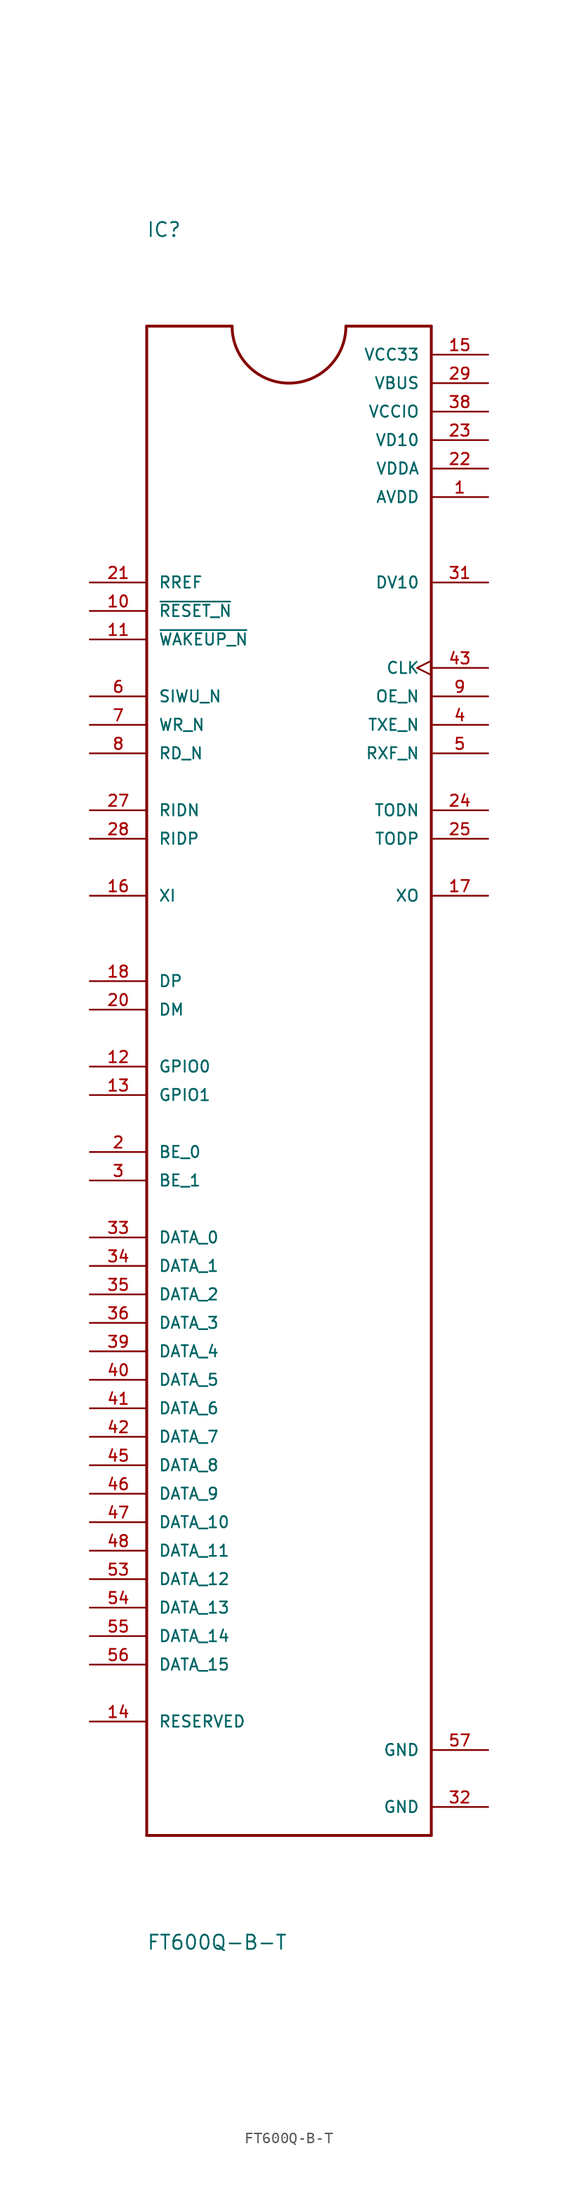
<source format=kicad_sym>
(kicad_symbol_lib
  (version 20231120)
  (generator "kicad_symbol_editor")
  (generator_version "8.0")
  (symbol "FT600Q-B-T"
    (pin_names
      (offset 1.016))
    (property "Reference" "IC"
      (at -12.74 76.441 0)
      (effects (font (size 1.27 1.27)) (justify left bottom)))
    (property "Value" "FT600Q-B-T"
      (at -12.72 -76.321 0)
      (effects (font (size 1.27 1.27)) (justify left bottom)))
    (symbol "FT600Q-B-T_0_0"
      (arc (start -5.08 68.58) (mid 0 63.5221) (end 5.08 68.58) (stroke (width 0.254) (type default)) (fill (type none)))
      (polyline (pts (xy -12.7 -66.04) (xy 12.7 -66.04)) (stroke (width 0.254) (type default)) (fill (type none)))
      (polyline (pts (xy -12.7 68.58) (xy -12.7 -66.04)) (stroke (width 0.254) (type default)) (fill (type none)))
      (polyline (pts (xy -5.08 68.58) (xy -12.7 68.58)) (stroke (width 0.254) (type default)) (fill (type none)))
      (polyline (pts (xy 12.7 -66.04) (xy 12.7 68.58)) (stroke (width 0.254) (type default)) (fill (type none)))
      (polyline (pts (xy 12.7 68.58) (xy 5.08 68.58)) (stroke (width 0.254) (type default)) (fill (type none)))
      (pin power_in line (at 17.78 53.34 180) (length 5.08) (name "AVDD" (effects (font (size 1.016 1.016)))) (number "1" (effects (font (size 1.016 1.016)))))
      (pin input line (at -17.78 43.18 0) (length 5.08) (name "~{RESET_N}" (effects (font (size 1.016 1.016)))) (number "10" (effects (font (size 1.016 1.016)))))
      (pin input line (at -17.78 40.64 0) (length 5.08) (name "~{WAKEUP_N}" (effects (font (size 1.016 1.016)))) (number "11" (effects (font (size 1.016 1.016)))))
      (pin bidirectional line (at -17.78 2.54 0) (length 5.08) (name "GPIO0" (effects (font (size 1.016 1.016)))) (number "12" (effects (font (size 1.016 1.016)))))
      (pin bidirectional line (at -17.78 0 0) (length 5.08) (name "GPIO1" (effects (font (size 1.016 1.016)))) (number "13" (effects (font (size 1.016 1.016)))))
      (pin bidirectional line (at -17.78 -55.88 0) (length 5.08) (name "RESERVED" (effects (font (size 1.016 1.016)))) (number "14" (effects (font (size 1.016 1.016)))))
      (pin power_in line (at 17.78 66.04 180) (length 5.08) (name "VCC33" (effects (font (size 1.016 1.016)))) (number "15" (effects (font (size 1.016 1.016)))))
      (pin input line (at -17.78 17.78 0) (length 5.08) (name "XI" (effects (font (size 1.016 1.016)))) (number "16" (effects (font (size 1.016 1.016)))))
      (pin output line (at 17.78 17.78 180) (length 5.08) (name "XO" (effects (font (size 1.016 1.016)))) (number "17" (effects (font (size 1.016 1.016)))))
      (pin bidirectional line (at -17.78 10.16 0) (length 5.08) (name "DP" (effects (font (size 1.016 1.016)))) (number "18" (effects (font (size 1.016 1.016)))))
      (pin bidirectional line (at -17.78 -5.08 0) (length 5.08) (name "BE_0" (effects (font (size 1.016 1.016)))) (number "2" (effects (font (size 1.016 1.016)))))
      (pin bidirectional line (at -17.78 7.62 0) (length 5.08) (name "DM" (effects (font (size 1.016 1.016)))) (number "20" (effects (font (size 1.016 1.016)))))
      (pin input line (at -17.78 45.72 0) (length 5.08) (name "RREF" (effects (font (size 1.016 1.016)))) (number "21" (effects (font (size 1.016 1.016)))))
      (pin power_in line (at 17.78 55.88 180) (length 5.08) (name "VDDA" (effects (font (size 1.016 1.016)))) (number "22" (effects (font (size 1.016 1.016)))))
      (pin power_in line (at 17.78 58.42 180) (length 5.08) (name "VD10" (effects (font (size 1.016 1.016)))) (number "23" (effects (font (size 1.016 1.016)))))
      (pin output line (at 17.78 25.4 180) (length 5.08) (name "TODN" (effects (font (size 1.016 1.016)))) (number "24" (effects (font (size 1.016 1.016)))))
      (pin output line (at 17.78 22.86 180) (length 5.08) (name "TODP" (effects (font (size 1.016 1.016)))) (number "25" (effects (font (size 1.016 1.016)))))
      (pin input line (at -17.78 25.4 0) (length 5.08) (name "RIDN" (effects (font (size 1.016 1.016)))) (number "27" (effects (font (size 1.016 1.016)))))
      (pin input line (at -17.78 22.86 0) (length 5.08) (name "RIDP" (effects (font (size 1.016 1.016)))) (number "28" (effects (font (size 1.016 1.016)))))
      (pin power_in line (at 17.78 63.5 180) (length 5.08) (name "VBUS" (effects (font (size 1.016 1.016)))) (number "29" (effects (font (size 1.016 1.016)))))
      (pin bidirectional line (at -17.78 -7.62 0) (length 5.08) (name "BE_1" (effects (font (size 1.016 1.016)))) (number "3" (effects (font (size 1.016 1.016)))))
      (pin output line (at 17.78 45.72 180) (length 5.08) (name "DV10" (effects (font (size 1.016 1.016)))) (number "31" (effects (font (size 1.016 1.016)))))
      (pin passive line (at 17.78 -63.5 180) (length 5.08) (name "GND" (effects (font (size 1.016 1.016)))) (number "32" (effects (font (size 1.016 1.016)))))
      (pin bidirectional line (at -17.78 -12.7 0) (length 5.08) (name "DATA_0" (effects (font (size 1.016 1.016)))) (number "33" (effects (font (size 1.016 1.016)))))
      (pin bidirectional line (at -17.78 -15.24 0) (length 5.08) (name "DATA_1" (effects (font (size 1.016 1.016)))) (number "34" (effects (font (size 1.016 1.016)))))
      (pin bidirectional line (at -17.78 -17.78 0) (length 5.08) (name "DATA_2" (effects (font (size 1.016 1.016)))) (number "35" (effects (font (size 1.016 1.016)))))
      (pin bidirectional line (at -17.78 -20.32 0) (length 5.08) (name "DATA_3" (effects (font (size 1.016 1.016)))) (number "36" (effects (font (size 1.016 1.016)))))
      (pin power_in line (at 17.78 60.96 180) (length 5.08) (name "VCCIO" (effects (font (size 1.016 1.016)))) (number "38" (effects (font (size 1.016 1.016)))))
      (pin bidirectional line (at -17.78 -22.86 0) (length 5.08) (name "DATA_4" (effects (font (size 1.016 1.016)))) (number "39" (effects (font (size 1.016 1.016)))))
      (pin output line (at 17.78 33.02 180) (length 5.08) (name "TXE_N" (effects (font (size 1.016 1.016)))) (number "4" (effects (font (size 1.016 1.016)))))
      (pin bidirectional line (at -17.78 -25.4 0) (length 5.08) (name "DATA_5" (effects (font (size 1.016 1.016)))) (number "40" (effects (font (size 1.016 1.016)))))
      (pin bidirectional line (at -17.78 -27.94 0) (length 5.08) (name "DATA_6" (effects (font (size 1.016 1.016)))) (number "41" (effects (font (size 1.016 1.016)))))
      (pin bidirectional line (at -17.78 -30.48 0) (length 5.08) (name "DATA_7" (effects (font (size 1.016 1.016)))) (number "42" (effects (font (size 1.016 1.016)))))
      (pin output clock (at 17.78 38.1 180) (length 5.08) (name "CLK" (effects (font (size 1.016 1.016)))) (number "43" (effects (font (size 1.016 1.016)))))
      (pin bidirectional line (at -17.78 -33.02 0) (length 5.08) (name "DATA_8" (effects (font (size 1.016 1.016)))) (number "45" (effects (font (size 1.016 1.016)))))
      (pin bidirectional line (at -17.78 -35.56 0) (length 5.08) (name "DATA_9" (effects (font (size 1.016 1.016)))) (number "46" (effects (font (size 1.016 1.016)))))
      (pin bidirectional line (at -17.78 -38.1 0) (length 5.08) (name "DATA_10" (effects (font (size 1.016 1.016)))) (number "47" (effects (font (size 1.016 1.016)))))
      (pin bidirectional line (at -17.78 -40.64 0) (length 5.08) (name "DATA_11" (effects (font (size 1.016 1.016)))) (number "48" (effects (font (size 1.016 1.016)))))
      (pin output line (at 17.78 30.48 180) (length 5.08) (name "RXF_N" (effects (font (size 1.016 1.016)))) (number "5" (effects (font (size 1.016 1.016)))))
      (pin bidirectional line (at -17.78 -43.18 0) (length 5.08) (name "DATA_12" (effects (font (size 1.016 1.016)))) (number "53" (effects (font (size 1.016 1.016)))))
      (pin bidirectional line (at -17.78 -45.72 0) (length 5.08) (name "DATA_13" (effects (font (size 1.016 1.016)))) (number "54" (effects (font (size 1.016 1.016)))))
      (pin bidirectional line (at -17.78 -48.26 0) (length 5.08) (name "DATA_14" (effects (font (size 1.016 1.016)))) (number "55" (effects (font (size 1.016 1.016)))))
      (pin bidirectional line (at -17.78 -50.8 0) (length 5.08) (name "DATA_15" (effects (font (size 1.016 1.016)))) (number "56" (effects (font (size 1.016 1.016)))))
      (pin input line (at -17.78 35.56 0) (length 5.08) (name "SIWU_N" (effects (font (size 1.016 1.016)))) (number "6" (effects (font (size 1.016 1.016)))))
      (pin input line (at -17.78 33.02 0) (length 5.08) (name "WR_N" (effects (font (size 1.016 1.016)))) (number "7" (effects (font (size 1.016 1.016)))))
      (pin input line (at -17.78 30.48 0) (length 5.08) (name "RD_N" (effects (font (size 1.016 1.016)))) (number "8" (effects (font (size 1.016 1.016)))))
      (pin output line (at 17.78 35.56 180) (length 5.08) (name "OE_N" (effects (font (size 1.016 1.016)))) (number "9" (effects (font (size 1.016 1.016))))))
    (symbol "FT600Q-B-T_1_0"
      (pin passive line (at 17.78 -58.42 180) (length 5.08) (name "GND" (effects (font (size 1.016 1.016)))) (number "57" (effects (font (size 1.016 1.016))))))))
</source>
